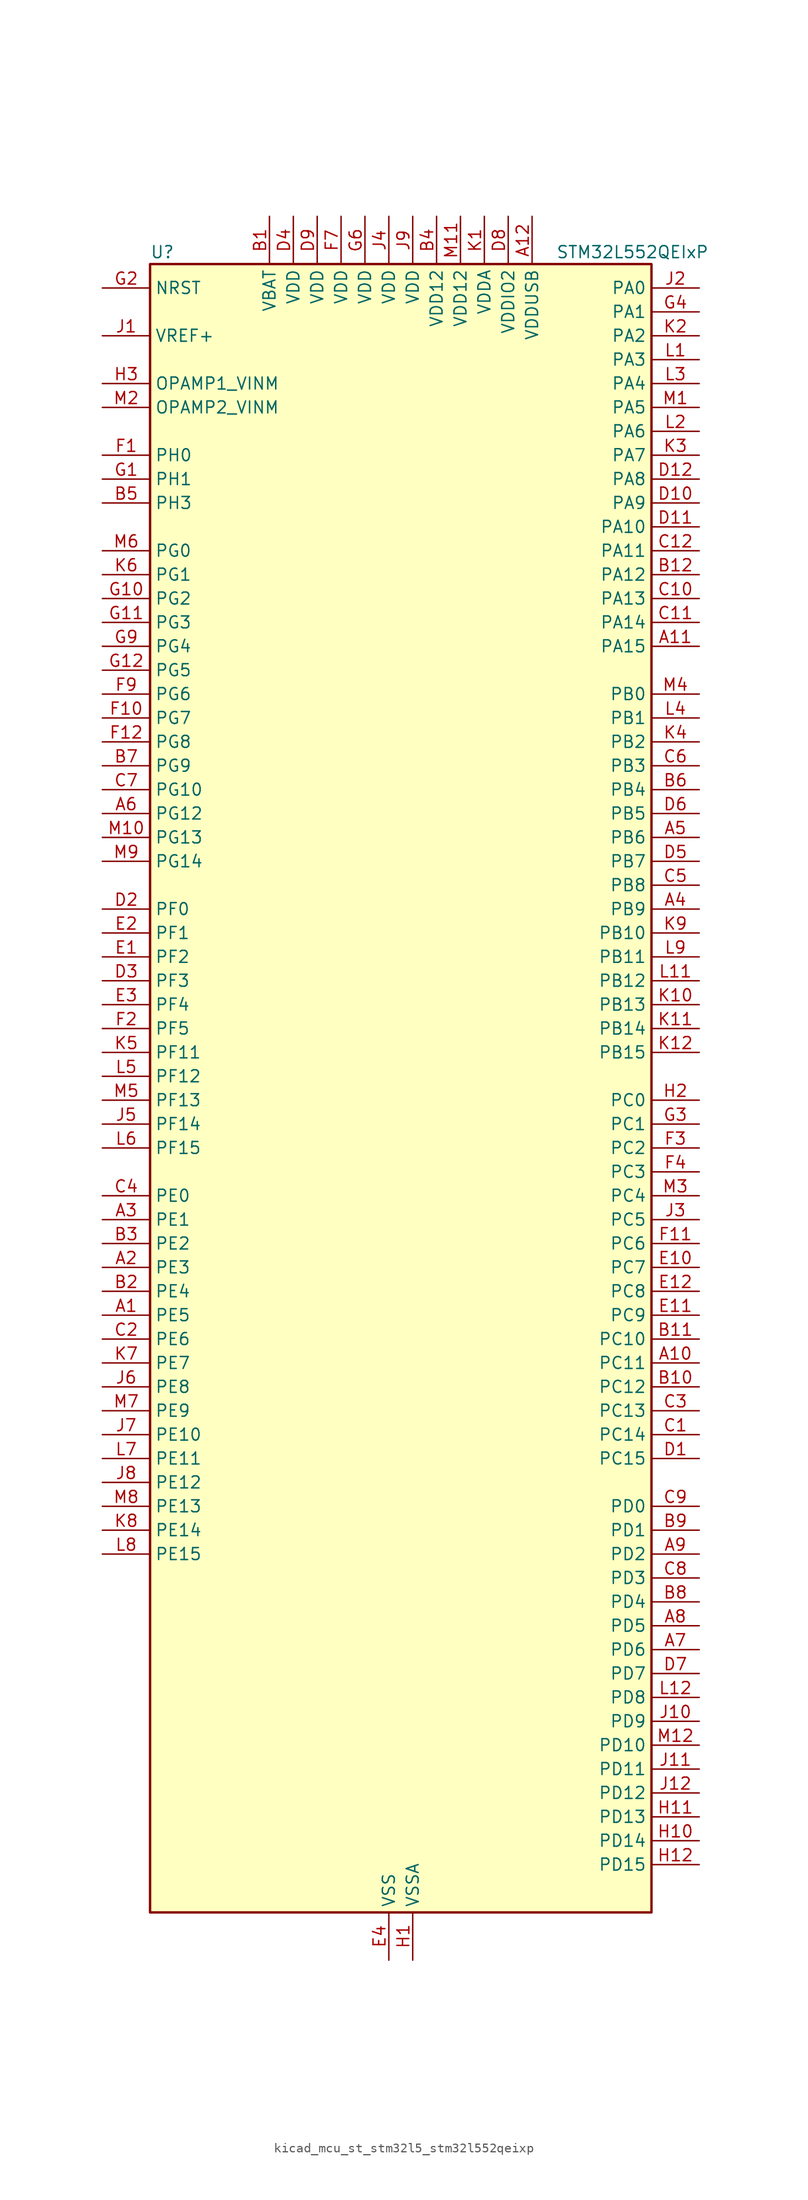
<source format=kicad_sym>
(kicad_symbol_lib
  (version 20220914)
  (generator kicad_symbol_editor)
  (symbol "kicad_mcu_st_stm32l5_stm32l552qeixp"
    (property "Reference" "U"
      (at -25.4 90.17 0)
      (effects (font (size 1.27 1.27)) (justify left)))
    (property "Value" "STM32L552QEIxP"
      (at 17.78 90.17 0)
      (effects (font (size 1.27 1.27)) (justify left)))
    (property "ki_locked" ""
      (at 0 0 0)
      (effects (font (size 1.27 1.27))))
    (symbol "kicad_mcu_st_stm32l5_stm32l552qeixp_0_1"
      (rectangle (start -25.4 -86.36) (end 27.94 88.9) (stroke (width 0.254) (type default)) (fill (type background))))
    (symbol "kicad_mcu_st_stm32l5_stm32l552qeixp_1_1"
      (pin bidirectional line (at -30.48 -22.86 0) (length 5.08) (name "PE5" (effects (font (size 1.27 1.27)))) (number "A1" (effects (font (size 1.27 1.27)))) (alternate "DEBUG_TRACED2" bidirectional line) (alternate "DFSDM1_CKIN3" bidirectional line) (alternate "FMC_A21" bidirectional line) (alternate "SAI1_CK2" bidirectional line) (alternate "SAI1_SCK_A" bidirectional line) (alternate "TIM3_CH3" bidirectional line) (alternate "TSC_G7_IO4" bidirectional line))
      (pin bidirectional line (at 33.02 -27.94 180) (length 5.08) (name "PC11" (effects (font (size 1.27 1.27)))) (number "A10" (effects (font (size 1.27 1.27)))) (alternate "ADC1_EXTI11" bidirectional line) (alternate "ADC2_EXTI11" bidirectional line) (alternate "LPTIM3_IN1" bidirectional line) (alternate "OCTOSPI1_NCS" bidirectional line) (alternate "SAI2_MCLK_B" bidirectional line) (alternate "SDMMC1_D3" bidirectional line) (alternate "SPI3_MISO" bidirectional line) (alternate "TSC_G3_IO3" bidirectional line) (alternate "UART4_RX" bidirectional line) (alternate "UCPD1_FRSTX2" bidirectional line) (alternate "USART3_RX" bidirectional line))
      (pin bidirectional line (at 33.02 48.26 180) (length 5.08) (name "PA15" (effects (font (size 1.27 1.27)))) (number "A11" (effects (font (size 1.27 1.27)))) (alternate "ADC1_EXTI15" bidirectional line) (alternate "ADC2_EXTI15" bidirectional line) (alternate "DEBUG_JTDI" bidirectional line) (alternate "SAI2_FS_B" bidirectional line) (alternate "SPI1_NSS" bidirectional line) (alternate "SPI3_NSS" bidirectional line) (alternate "TIM2_CH1" bidirectional line) (alternate "TIM2_ETR" bidirectional line) (alternate "UART4_DE" bidirectional line) (alternate "UART4_RTS" bidirectional line) (alternate "UCPD1_CC1" bidirectional line) (alternate "USART2_RX" bidirectional line) (alternate "USART3_DE" bidirectional line) (alternate "USART3_RTS" bidirectional line))
      (pin power_in line (at 15.24 93.98 270) (length 5.08) (name "VDDUSB" (effects (font (size 1.27 1.27)))) (number "A12" (effects (font (size 1.27 1.27)))))
      (pin bidirectional line (at -30.48 -17.78 0) (length 5.08) (name "PE3" (effects (font (size 1.27 1.27)))) (number "A2" (effects (font (size 1.27 1.27)))) (alternate "DEBUG_TRACED0" bidirectional line) (alternate "FMC_A19" bidirectional line) (alternate "OCTOSPI1_DQS" bidirectional line) (alternate "SAI1_SD_B" bidirectional line) (alternate "TIM3_CH1" bidirectional line) (alternate "TSC_G7_IO2" bidirectional line))
      (pin bidirectional line (at -30.48 -12.7 0) (length 5.08) (name "PE1" (effects (font (size 1.27 1.27)))) (number "A3" (effects (font (size 1.27 1.27)))) (alternate "FMC_NBL1" bidirectional line) (alternate "TIM17_CH1" bidirectional line))
      (pin bidirectional line (at 33.02 20.32 180) (length 5.08) (name "PB9" (effects (font (size 1.27 1.27)))) (number "A4" (effects (font (size 1.27 1.27)))) (alternate "DAC1_EXTI9" bidirectional line) (alternate "FDCAN1_TX" bidirectional line) (alternate "I2C1_SDA" bidirectional line) (alternate "IR_OUT" bidirectional line) (alternate "SAI1_D2" bidirectional line) (alternate "SAI1_FS_A" bidirectional line) (alternate "SDMMC1_CDIR" bidirectional line) (alternate "SDMMC1_D5" bidirectional line) (alternate "SPI2_NSS" bidirectional line) (alternate "TIM17_CH1" bidirectional line) (alternate "TIM4_CH4" bidirectional line))
      (pin bidirectional line (at 33.02 27.94 180) (length 5.08) (name "PB6" (effects (font (size 1.27 1.27)))) (number "A5" (effects (font (size 1.27 1.27)))) (alternate "COMP2_INP" bidirectional line) (alternate "I2C1_SCL" bidirectional line) (alternate "I2C4_SCL" bidirectional line) (alternate "LPTIM1_ETR" bidirectional line) (alternate "SAI1_FS_B" bidirectional line) (alternate "TIM16_CH1N" bidirectional line) (alternate "TIM4_CH1" bidirectional line) (alternate "TIM8_BKIN2" bidirectional line) (alternate "TSC_G2_IO3" bidirectional line) (alternate "USART1_TX" bidirectional line))
      (pin bidirectional line (at -30.48 30.48 0) (length 5.08) (name "PG12" (effects (font (size 1.27 1.27)))) (number "A6" (effects (font (size 1.27 1.27)))) (alternate "FMC_NE4" bidirectional line) (alternate "LPTIM1_ETR" bidirectional line) (alternate "SAI2_SD_A" bidirectional line) (alternate "SPI3_NSS" bidirectional line) (alternate "USART1_DE" bidirectional line) (alternate "USART1_RTS" bidirectional line))
      (pin bidirectional line (at 33.02 -58.42 180) (length 5.08) (name "PD6" (effects (font (size 1.27 1.27)))) (number "A7" (effects (font (size 1.27 1.27)))) (alternate "DFSDM1_DATIN1" bidirectional line) (alternate "FMC_NWAIT" bidirectional line) (alternate "OCTOSPI1_IO6" bidirectional line) (alternate "SAI1_D1" bidirectional line) (alternate "SAI1_SD_A" bidirectional line) (alternate "SPI3_MOSI" bidirectional line) (alternate "USART2_RX" bidirectional line))
      (pin bidirectional line (at 33.02 -55.88 180) (length 5.08) (name "PD5" (effects (font (size 1.27 1.27)))) (number "A8" (effects (font (size 1.27 1.27)))) (alternate "FMC_NWE" bidirectional line) (alternate "OCTOSPI1_IO5" bidirectional line) (alternate "USART2_TX" bidirectional line))
      (pin bidirectional line (at 33.02 -48.26 180) (length 5.08) (name "PD2" (effects (font (size 1.27 1.27)))) (number "A9" (effects (font (size 1.27 1.27)))) (alternate "DEBUG_TRACED2" bidirectional line) (alternate "SDMMC1_CMD" bidirectional line) (alternate "TIM3_ETR" bidirectional line) (alternate "TSC_SYNC" bidirectional line) (alternate "UART5_RX" bidirectional line) (alternate "USART3_DE" bidirectional line) (alternate "USART3_RTS" bidirectional line))
      (pin power_in line (at -12.7 93.98 270) (length 5.08) (name "VBAT" (effects (font (size 1.27 1.27)))) (number "B1" (effects (font (size 1.27 1.27)))))
      (pin bidirectional line (at 33.02 -30.48 180) (length 5.08) (name "PC12" (effects (font (size 1.27 1.27)))) (number "B10" (effects (font (size 1.27 1.27)))) (alternate "DEBUG_TRACED3" bidirectional line) (alternate "SAI2_SD_B" bidirectional line) (alternate "SDMMC1_CK" bidirectional line) (alternate "SPI3_MOSI" bidirectional line) (alternate "TSC_G3_IO4" bidirectional line) (alternate "UART5_TX" bidirectional line) (alternate "USART3_CK" bidirectional line))
      (pin bidirectional line (at 33.02 -25.4 180) (length 5.08) (name "PC10" (effects (font (size 1.27 1.27)))) (number "B11" (effects (font (size 1.27 1.27)))) (alternate "DEBUG_TRACED1" bidirectional line) (alternate "LPTIM3_ETR" bidirectional line) (alternate "SAI2_SCK_B" bidirectional line) (alternate "SDMMC1_D2" bidirectional line) (alternate "SPI3_SCK" bidirectional line) (alternate "TSC_G3_IO2" bidirectional line) (alternate "UART4_TX" bidirectional line) (alternate "USART3_TX" bidirectional line))
      (pin bidirectional line (at 33.02 55.88 180) (length 5.08) (name "PA12" (effects (font (size 1.27 1.27)))) (number "B12" (effects (font (size 1.27 1.27)))) (alternate "FDCAN1_TX" bidirectional line) (alternate "SPI1_MOSI" bidirectional line) (alternate "TIM1_ETR" bidirectional line) (alternate "USART1_DE" bidirectional line) (alternate "USART1_RTS" bidirectional line) (alternate "USB_DP" bidirectional line))
      (pin bidirectional line (at -30.48 -20.32 0) (length 5.08) (name "PE4" (effects (font (size 1.27 1.27)))) (number "B2" (effects (font (size 1.27 1.27)))) (alternate "DEBUG_TRACED1" bidirectional line) (alternate "DFSDM1_DATIN3" bidirectional line) (alternate "FMC_A20" bidirectional line) (alternate "SAI1_D2" bidirectional line) (alternate "SAI1_FS_A" bidirectional line) (alternate "TIM3_CH2" bidirectional line) (alternate "TSC_G7_IO3" bidirectional line))
      (pin bidirectional line (at -30.48 -15.24 0) (length 5.08) (name "PE2" (effects (font (size 1.27 1.27)))) (number "B3" (effects (font (size 1.27 1.27)))) (alternate "DEBUG_TRACECLK" bidirectional line) (alternate "FMC_A23" bidirectional line) (alternate "SAI1_CK1" bidirectional line) (alternate "SAI1_MCLK_A" bidirectional line) (alternate "TIM3_ETR" bidirectional line) (alternate "TSC_G7_IO1" bidirectional line))
      (pin power_in line (at 5.08 93.98 270) (length 5.08) (name "VDD12" (effects (font (size 1.27 1.27)))) (number "B4" (effects (font (size 1.27 1.27)))))
      (pin bidirectional line (at -30.48 63.5 0) (length 5.08) (name "PH3" (effects (font (size 1.27 1.27)))) (number "B5" (effects (font (size 1.27 1.27)))))
      (pin bidirectional line (at 33.02 33.02 180) (length 5.08) (name "PB4" (effects (font (size 1.27 1.27)))) (number "B6" (effects (font (size 1.27 1.27)))) (alternate "COMP2_INP" bidirectional line) (alternate "DEBUG_JTRST" bidirectional line) (alternate "I2C3_SDA" bidirectional line) (alternate "SAI1_MCLK_B" bidirectional line) (alternate "SPI1_MISO" bidirectional line) (alternate "SPI3_MISO" bidirectional line) (alternate "TIM17_BKIN" bidirectional line) (alternate "TIM3_CH1" bidirectional line) (alternate "TSC_G2_IO1" bidirectional line) (alternate "UART5_DE" bidirectional line) (alternate "UART5_RTS" bidirectional line) (alternate "USART1_CTS" bidirectional line) (alternate "USART1_NSS" bidirectional line))
      (pin bidirectional line (at -30.48 35.56 0) (length 5.08) (name "PG9" (effects (font (size 1.27 1.27)))) (number "B7" (effects (font (size 1.27 1.27)))) (alternate "DAC1_EXTI9" bidirectional line) (alternate "FMC_NCE" bidirectional line) (alternate "FMC_NE2" bidirectional line) (alternate "SAI2_SCK_A" bidirectional line) (alternate "SPI3_SCK" bidirectional line) (alternate "TIM15_CH1N" bidirectional line) (alternate "USART1_TX" bidirectional line))
      (pin bidirectional line (at 33.02 -53.34 180) (length 5.08) (name "PD4" (effects (font (size 1.27 1.27)))) (number "B8" (effects (font (size 1.27 1.27)))) (alternate "DFSDM1_CKIN0" bidirectional line) (alternate "FMC_NOE" bidirectional line) (alternate "OCTOSPI1_IO4" bidirectional line) (alternate "SPI2_MOSI" bidirectional line) (alternate "USART2_DE" bidirectional line) (alternate "USART2_RTS" bidirectional line))
      (pin bidirectional line (at 33.02 -45.72 180) (length 5.08) (name "PD1" (effects (font (size 1.27 1.27)))) (number "B9" (effects (font (size 1.27 1.27)))) (alternate "FDCAN1_TX" bidirectional line) (alternate "FMC_D3" bidirectional line) (alternate "FMC_DA3" bidirectional line) (alternate "SPI2_SCK" bidirectional line))
      (pin bidirectional line (at 33.02 -35.56 180) (length 5.08) (name "PC14" (effects (font (size 1.27 1.27)))) (number "C1" (effects (font (size 1.27 1.27)))) (alternate "RCC_OSC32_IN" bidirectional line))
      (pin bidirectional line (at 33.02 53.34 180) (length 5.08) (name "PA13" (effects (font (size 1.27 1.27)))) (number "C10" (effects (font (size 1.27 1.27)))) (alternate "DEBUG_JTMS-SWDIO" bidirectional line) (alternate "IR_OUT" bidirectional line) (alternate "SAI1_SD_B" bidirectional line) (alternate "USB_NOE" bidirectional line))
      (pin bidirectional line (at 33.02 50.8 180) (length 5.08) (name "PA14" (effects (font (size 1.27 1.27)))) (number "C11" (effects (font (size 1.27 1.27)))) (alternate "DEBUG_JTCK-SWCLK" bidirectional line) (alternate "I2C1_SMBA" bidirectional line) (alternate "I2C4_SMBA" bidirectional line) (alternate "LPTIM1_OUT" bidirectional line) (alternate "SAI1_FS_B" bidirectional line))
      (pin bidirectional line (at 33.02 58.42 180) (length 5.08) (name "PA11" (effects (font (size 1.27 1.27)))) (number "C12" (effects (font (size 1.27 1.27)))) (alternate "ADC1_EXTI11" bidirectional line) (alternate "ADC2_EXTI11" bidirectional line) (alternate "FDCAN1_RX" bidirectional line) (alternate "SPI1_MISO" bidirectional line) (alternate "TIM1_BKIN2" bidirectional line) (alternate "TIM1_CH4" bidirectional line) (alternate "USART1_CTS" bidirectional line) (alternate "USART1_NSS" bidirectional line) (alternate "USB_DM" bidirectional line))
      (pin bidirectional line (at -30.48 -25.4 0) (length 5.08) (name "PE6" (effects (font (size 1.27 1.27)))) (number "C2" (effects (font (size 1.27 1.27)))) (alternate "DEBUG_TRACED3" bidirectional line) (alternate "FMC_A22" bidirectional line) (alternate "PWR_WKUP3" bidirectional line) (alternate "SAI1_D1" bidirectional line) (alternate "SAI1_SD_A" bidirectional line) (alternate "TAMP_IN3" bidirectional line) (alternate "TAMP_OUT6" bidirectional line) (alternate "TIM3_CH4" bidirectional line))
      (pin bidirectional line (at 33.02 -33.02 180) (length 5.08) (name "PC13" (effects (font (size 1.27 1.27)))) (number "C3" (effects (font (size 1.27 1.27)))) (alternate "PWR_WKUP2" bidirectional line) (alternate "RTC_OUT1" bidirectional line) (alternate "RTC_TS" bidirectional line) (alternate "TAMP_IN1" bidirectional line) (alternate "TAMP_OUT2" bidirectional line))
      (pin bidirectional line (at -30.48 -10.16 0) (length 5.08) (name "PE0" (effects (font (size 1.27 1.27)))) (number "C4" (effects (font (size 1.27 1.27)))) (alternate "FMC_NBL0" bidirectional line) (alternate "TIM16_CH1" bidirectional line) (alternate "TIM4_ETR" bidirectional line))
      (pin bidirectional line (at 33.02 22.86 180) (length 5.08) (name "PB8" (effects (font (size 1.27 1.27)))) (number "C5" (effects (font (size 1.27 1.27)))) (alternate "DFSDM1_CKOUT" bidirectional line) (alternate "FDCAN1_RX" bidirectional line) (alternate "I2C1_SCL" bidirectional line) (alternate "SAI1_CK1" bidirectional line) (alternate "SAI1_MCLK_A" bidirectional line) (alternate "SDMMC1_CKIN" bidirectional line) (alternate "SDMMC1_D4" bidirectional line) (alternate "TIM16_CH1" bidirectional line) (alternate "TIM4_CH3" bidirectional line))
      (pin bidirectional line (at 33.02 35.56 180) (length 5.08) (name "PB3" (effects (font (size 1.27 1.27)))) (number "C6" (effects (font (size 1.27 1.27)))) (alternate "COMP2_INM" bidirectional line) (alternate "CRS_SYNC" bidirectional line) (alternate "DEBUG_JTDO-SWO" bidirectional line) (alternate "SAI1_SCK_B" bidirectional line) (alternate "SPI1_SCK" bidirectional line) (alternate "SPI3_SCK" bidirectional line) (alternate "TIM2_CH2" bidirectional line) (alternate "USART1_DE" bidirectional line) (alternate "USART1_RTS" bidirectional line))
      (pin bidirectional line (at -30.48 33.02 0) (length 5.08) (name "PG10" (effects (font (size 1.27 1.27)))) (number "C7" (effects (font (size 1.27 1.27)))) (alternate "FMC_NE3" bidirectional line) (alternate "LPTIM1_IN1" bidirectional line) (alternate "SAI2_FS_A" bidirectional line) (alternate "SPI3_MISO" bidirectional line) (alternate "TIM15_CH1" bidirectional line) (alternate "USART1_RX" bidirectional line))
      (pin bidirectional line (at 33.02 -50.8 180) (length 5.08) (name "PD3" (effects (font (size 1.27 1.27)))) (number "C8" (effects (font (size 1.27 1.27)))) (alternate "DFSDM1_DATIN0" bidirectional line) (alternate "FMC_CLK" bidirectional line) (alternate "SPI2_MISO" bidirectional line) (alternate "SPI2_SCK" bidirectional line) (alternate "USART2_CTS" bidirectional line) (alternate "USART2_NSS" bidirectional line))
      (pin bidirectional line (at 33.02 -43.18 180) (length 5.08) (name "PD0" (effects (font (size 1.27 1.27)))) (number "C9" (effects (font (size 1.27 1.27)))) (alternate "FDCAN1_RX" bidirectional line) (alternate "FMC_D2" bidirectional line) (alternate "FMC_DA2" bidirectional line) (alternate "SPI2_NSS" bidirectional line))
      (pin bidirectional line (at 33.02 -38.1 180) (length 5.08) (name "PC15" (effects (font (size 1.27 1.27)))) (number "D1" (effects (font (size 1.27 1.27)))) (alternate "ADC1_EXTI15" bidirectional line) (alternate "ADC2_EXTI15" bidirectional line) (alternate "RCC_OSC32_OUT" bidirectional line))
      (pin bidirectional line (at 33.02 63.5 180) (length 5.08) (name "PA9" (effects (font (size 1.27 1.27)))) (number "D10" (effects (font (size 1.27 1.27)))) (alternate "DAC1_EXTI9" bidirectional line) (alternate "SAI1_FS_A" bidirectional line) (alternate "SPI2_SCK" bidirectional line) (alternate "TIM15_BKIN" bidirectional line) (alternate "TIM1_CH2" bidirectional line) (alternate "USART1_TX" bidirectional line))
      (pin bidirectional line (at 33.02 60.96 180) (length 5.08) (name "PA10" (effects (font (size 1.27 1.27)))) (number "D11" (effects (font (size 1.27 1.27)))) (alternate "CRS_SYNC" bidirectional line) (alternate "SAI1_D1" bidirectional line) (alternate "SAI1_SD_A" bidirectional line) (alternate "TIM17_BKIN" bidirectional line) (alternate "TIM1_CH3" bidirectional line) (alternate "USART1_RX" bidirectional line))
      (pin bidirectional line (at 33.02 66.04 180) (length 5.08) (name "PA8" (effects (font (size 1.27 1.27)))) (number "D12" (effects (font (size 1.27 1.27)))) (alternate "LPTIM2_OUT" bidirectional line) (alternate "RCC_MCO" bidirectional line) (alternate "SAI1_CK2" bidirectional line) (alternate "SAI1_SCK_A" bidirectional line) (alternate "TIM1_CH1" bidirectional line) (alternate "USART1_CK" bidirectional line))
      (pin bidirectional line (at -30.48 20.32 0) (length 5.08) (name "PF0" (effects (font (size 1.27 1.27)))) (number "D2" (effects (font (size 1.27 1.27)))) (alternate "FMC_A0" bidirectional line) (alternate "I2C2_SDA" bidirectional line))
      (pin bidirectional line (at -30.48 12.7 0) (length 5.08) (name "PF3" (effects (font (size 1.27 1.27)))) (number "D3" (effects (font (size 1.27 1.27)))) (alternate "FMC_A3" bidirectional line) (alternate "LPTIM3_IN1" bidirectional line))
      (pin power_in line (at -10.16 93.98 270) (length 5.08) (name "VDD" (effects (font (size 1.27 1.27)))) (number "D4" (effects (font (size 1.27 1.27)))))
      (pin bidirectional line (at 33.02 25.4 180) (length 5.08) (name "PB7" (effects (font (size 1.27 1.27)))) (number "D5" (effects (font (size 1.27 1.27)))) (alternate "COMP2_INM" bidirectional line) (alternate "FMC_NL" bidirectional line) (alternate "I2C1_SDA" bidirectional line) (alternate "I2C4_SDA" bidirectional line) (alternate "LPTIM1_IN2" bidirectional line) (alternate "PWR_PVD_IN" bidirectional line) (alternate "TIM17_CH1N" bidirectional line) (alternate "TIM4_CH2" bidirectional line) (alternate "TIM8_BKIN" bidirectional line) (alternate "TSC_G2_IO4" bidirectional line) (alternate "UART4_CTS" bidirectional line) (alternate "USART1_RX" bidirectional line))
      (pin bidirectional line (at 33.02 30.48 180) (length 5.08) (name "PB5" (effects (font (size 1.27 1.27)))) (number "D6" (effects (font (size 1.27 1.27)))) (alternate "COMP2_OUT" bidirectional line) (alternate "I2C1_SMBA" bidirectional line) (alternate "LPTIM1_IN1" bidirectional line) (alternate "OCTOSPI1_NCLK" bidirectional line) (alternate "SAI1_SD_B" bidirectional line) (alternate "SPI1_MOSI" bidirectional line) (alternate "SPI3_MOSI" bidirectional line) (alternate "TIM16_BKIN" bidirectional line) (alternate "TIM3_CH2" bidirectional line) (alternate "TSC_G2_IO2" bidirectional line) (alternate "UART5_CTS" bidirectional line) (alternate "UCPD1_DBCC1" bidirectional line) (alternate "USART1_CK" bidirectional line))
      (pin bidirectional line (at 33.02 -60.96 180) (length 5.08) (name "PD7" (effects (font (size 1.27 1.27)))) (number "D7" (effects (font (size 1.27 1.27)))) (alternate "DFSDM1_CKIN1" bidirectional line) (alternate "FMC_NCE" bidirectional line) (alternate "FMC_NE1" bidirectional line) (alternate "OCTOSPI1_IO7" bidirectional line) (alternate "USART2_CK" bidirectional line))
      (pin power_in line (at 12.7 93.98 270) (length 5.08) (name "VDDIO2" (effects (font (size 1.27 1.27)))) (number "D8" (effects (font (size 1.27 1.27)))))
      (pin power_in line (at -7.62 93.98 270) (length 5.08) (name "VDD" (effects (font (size 1.27 1.27)))) (number "D9" (effects (font (size 1.27 1.27)))))
      (pin bidirectional line (at -30.48 15.24 0) (length 5.08) (name "PF2" (effects (font (size 1.27 1.27)))) (number "E1" (effects (font (size 1.27 1.27)))) (alternate "FMC_A2" bidirectional line) (alternate "I2C2_SMBA" bidirectional line))
      (pin bidirectional line (at 33.02 -17.78 180) (length 5.08) (name "PC7" (effects (font (size 1.27 1.27)))) (number "E10" (effects (font (size 1.27 1.27)))) (alternate "DFSDM1_DATIN3" bidirectional line) (alternate "SAI2_MCLK_B" bidirectional line) (alternate "SDMMC1_D123DIR" bidirectional line) (alternate "SDMMC1_D7" bidirectional line) (alternate "TIM3_CH2" bidirectional line) (alternate "TIM8_CH2" bidirectional line) (alternate "TSC_G4_IO2" bidirectional line))
      (pin bidirectional line (at 33.02 -22.86 180) (length 5.08) (name "PC9" (effects (font (size 1.27 1.27)))) (number "E11" (effects (font (size 1.27 1.27)))) (alternate "DAC1_EXTI9" bidirectional line) (alternate "DEBUG_TRACED0" bidirectional line) (alternate "SAI2_EXTCLK" bidirectional line) (alternate "SDMMC1_D1" bidirectional line) (alternate "TIM3_CH4" bidirectional line) (alternate "TIM8_BKIN2" bidirectional line) (alternate "TIM8_CH4" bidirectional line) (alternate "TSC_G4_IO4" bidirectional line) (alternate "USB_NOE" bidirectional line))
      (pin bidirectional line (at 33.02 -20.32 180) (length 5.08) (name "PC8" (effects (font (size 1.27 1.27)))) (number "E12" (effects (font (size 1.27 1.27)))) (alternate "SDMMC1_D0" bidirectional line) (alternate "TIM3_CH3" bidirectional line) (alternate "TIM8_CH3" bidirectional line) (alternate "TSC_G4_IO3" bidirectional line))
      (pin bidirectional line (at -30.48 17.78 0) (length 5.08) (name "PF1" (effects (font (size 1.27 1.27)))) (number "E2" (effects (font (size 1.27 1.27)))) (alternate "FMC_A1" bidirectional line) (alternate "I2C2_SCL" bidirectional line))
      (pin bidirectional line (at -30.48 10.16 0) (length 5.08) (name "PF4" (effects (font (size 1.27 1.27)))) (number "E3" (effects (font (size 1.27 1.27)))) (alternate "FMC_A4" bidirectional line) (alternate "LPTIM3_ETR" bidirectional line))
      (pin power_in line (at 0 -91.44 90) (length 5.08) (name "VSS" (effects (font (size 1.27 1.27)))) (number "E4" (effects (font (size 1.27 1.27)))))
      (pin passive line (at 0 -91.44 90) (length 5.08) hide (name "VSS" (effects (font (size 1.27 1.27)))) (number "E9" (effects (font (size 1.27 1.27)))))
      (pin bidirectional line (at -30.48 68.58 0) (length 5.08) (name "PH0" (effects (font (size 1.27 1.27)))) (number "F1" (effects (font (size 1.27 1.27)))) (alternate "RCC_OSC_IN" bidirectional line))
      (pin bidirectional line (at -30.48 40.64 0) (length 5.08) (name "PG7" (effects (font (size 1.27 1.27)))) (number "F10" (effects (font (size 1.27 1.27)))) (alternate "DFSDM1_CKOUT" bidirectional line) (alternate "FMC_INT" bidirectional line) (alternate "I2C3_SCL" bidirectional line) (alternate "LPUART1_TX" bidirectional line) (alternate "SAI1_CK1" bidirectional line) (alternate "SAI1_MCLK_A" bidirectional line) (alternate "UCPD1_FRSTX2" bidirectional line))
      (pin bidirectional line (at 33.02 -15.24 180) (length 5.08) (name "PC6" (effects (font (size 1.27 1.27)))) (number "F11" (effects (font (size 1.27 1.27)))) (alternate "DFSDM1_CKIN3" bidirectional line) (alternate "SAI2_MCLK_A" bidirectional line) (alternate "SDMMC1_D0DIR" bidirectional line) (alternate "SDMMC1_D6" bidirectional line) (alternate "TIM3_CH1" bidirectional line) (alternate "TIM8_CH1" bidirectional line) (alternate "TSC_G4_IO1" bidirectional line))
      (pin bidirectional line (at -30.48 38.1 0) (length 5.08) (name "PG8" (effects (font (size 1.27 1.27)))) (number "F12" (effects (font (size 1.27 1.27)))) (alternate "I2C3_SDA" bidirectional line) (alternate "LPUART1_RX" bidirectional line))
      (pin bidirectional line (at -30.48 7.62 0) (length 5.08) (name "PF5" (effects (font (size 1.27 1.27)))) (number "F2" (effects (font (size 1.27 1.27)))) (alternate "FMC_A5" bidirectional line) (alternate "LPTIM3_OUT" bidirectional line))
      (pin bidirectional line (at 33.02 -5.08 180) (length 5.08) (name "PC2" (effects (font (size 1.27 1.27)))) (number "F3" (effects (font (size 1.27 1.27)))) (alternate "ADC1_IN3" bidirectional line) (alternate "ADC2_IN3" bidirectional line) (alternate "DFSDM1_CKOUT" bidirectional line) (alternate "LPTIM1_IN2" bidirectional line) (alternate "OCTOSPI1_IO5" bidirectional line) (alternate "SPI2_MISO" bidirectional line))
      (pin bidirectional line (at 33.02 -7.62 180) (length 5.08) (name "PC3" (effects (font (size 1.27 1.27)))) (number "F4" (effects (font (size 1.27 1.27)))) (alternate "ADC1_IN4" bidirectional line) (alternate "ADC2_IN4" bidirectional line) (alternate "LPTIM1_ETR" bidirectional line) (alternate "LPTIM2_ETR" bidirectional line) (alternate "LPTIM3_OUT" bidirectional line) (alternate "OCTOSPI1_IO6" bidirectional line) (alternate "SAI1_D1" bidirectional line) (alternate "SAI1_SD_A" bidirectional line) (alternate "SPI2_MOSI" bidirectional line))
      (pin passive line (at 0 -91.44 90) (length 5.08) hide (name "VSS" (effects (font (size 1.27 1.27)))) (number "F6" (effects (font (size 1.27 1.27)))))
      (pin power_in line (at -5.08 93.98 270) (length 5.08) (name "VDD" (effects (font (size 1.27 1.27)))) (number "F7" (effects (font (size 1.27 1.27)))))
      (pin bidirectional line (at -30.48 43.18 0) (length 5.08) (name "PG6" (effects (font (size 1.27 1.27)))) (number "F9" (effects (font (size 1.27 1.27)))) (alternate "I2C3_SMBA" bidirectional line) (alternate "LPUART1_DE" bidirectional line) (alternate "LPUART1_RTS" bidirectional line) (alternate "OCTOSPI1_DQS" bidirectional line) (alternate "UCPD1_FRSTX1" bidirectional line))
      (pin bidirectional line (at -30.48 66.04 0) (length 5.08) (name "PH1" (effects (font (size 1.27 1.27)))) (number "G1" (effects (font (size 1.27 1.27)))) (alternate "RCC_OSC_OUT" bidirectional line))
      (pin bidirectional line (at -30.48 53.34 0) (length 5.08) (name "PG2" (effects (font (size 1.27 1.27)))) (number "G10" (effects (font (size 1.27 1.27)))) (alternate "FMC_A12" bidirectional line) (alternate "SAI2_SCK_B" bidirectional line) (alternate "SPI1_SCK" bidirectional line))
      (pin bidirectional line (at -30.48 50.8 0) (length 5.08) (name "PG3" (effects (font (size 1.27 1.27)))) (number "G11" (effects (font (size 1.27 1.27)))) (alternate "FMC_A13" bidirectional line) (alternate "SAI2_FS_B" bidirectional line) (alternate "SPI1_MISO" bidirectional line))
      (pin bidirectional line (at -30.48 45.72 0) (length 5.08) (name "PG5" (effects (font (size 1.27 1.27)))) (number "G12" (effects (font (size 1.27 1.27)))) (alternate "FMC_A15" bidirectional line) (alternate "LPUART1_CTS" bidirectional line) (alternate "SAI2_SD_B" bidirectional line) (alternate "SPI1_NSS" bidirectional line))
      (pin input line (at -30.48 86.36 0) (length 5.08) (name "NRST" (effects (font (size 1.27 1.27)))) (number "G2" (effects (font (size 1.27 1.27)))))
      (pin bidirectional line (at 33.02 -2.54 180) (length 5.08) (name "PC1" (effects (font (size 1.27 1.27)))) (number "G3" (effects (font (size 1.27 1.27)))) (alternate "ADC1_IN2" bidirectional line) (alternate "ADC2_IN2" bidirectional line) (alternate "DEBUG_TRACED0" bidirectional line) (alternate "I2C3_SDA" bidirectional line) (alternate "LPTIM1_OUT" bidirectional line) (alternate "LPUART1_TX" bidirectional line) (alternate "OCTOSPI1_IO4" bidirectional line) (alternate "SAI1_SD_A" bidirectional line) (alternate "SPI2_MOSI" bidirectional line))
      (pin bidirectional line (at 33.02 83.82 180) (length 5.08) (name "PA1" (effects (font (size 1.27 1.27)))) (number "G4" (effects (font (size 1.27 1.27)))) (alternate "ADC1_IN6" bidirectional line) (alternate "ADC2_IN6" bidirectional line) (alternate "I2C1_SMBA" bidirectional line) (alternate "OCTOSPI1_DQS" bidirectional line) (alternate "OPAMP1_VINM" bidirectional line) (alternate "SPI1_SCK" bidirectional line) (alternate "TAMP_IN5" bidirectional line) (alternate "TAMP_OUT4" bidirectional line) (alternate "TIM15_CH1N" bidirectional line) (alternate "TIM2_CH2" bidirectional line) (alternate "TIM5_CH2" bidirectional line) (alternate "UART4_RX" bidirectional line) (alternate "USART2_DE" bidirectional line) (alternate "USART2_RTS" bidirectional line))
      (pin power_in line (at -2.54 93.98 270) (length 5.08) (name "VDD" (effects (font (size 1.27 1.27)))) (number "G6" (effects (font (size 1.27 1.27)))))
      (pin passive line (at 0 -91.44 90) (length 5.08) hide (name "VSS" (effects (font (size 1.27 1.27)))) (number "G7" (effects (font (size 1.27 1.27)))))
      (pin bidirectional line (at -30.48 48.26 0) (length 5.08) (name "PG4" (effects (font (size 1.27 1.27)))) (number "G9" (effects (font (size 1.27 1.27)))) (alternate "FMC_A14" bidirectional line) (alternate "SAI2_MCLK_B" bidirectional line) (alternate "SPI1_MOSI" bidirectional line))
      (pin power_in line (at 2.54 -91.44 90) (length 5.08) (name "VSSA" (effects (font (size 1.27 1.27)))) (number "H1" (effects (font (size 1.27 1.27)))))
      (pin bidirectional line (at 33.02 -78.74 180) (length 5.08) (name "PD14" (effects (font (size 1.27 1.27)))) (number "H10" (effects (font (size 1.27 1.27)))) (alternate "FMC_D0" bidirectional line) (alternate "FMC_DA0" bidirectional line) (alternate "TIM4_CH3" bidirectional line))
      (pin bidirectional line (at 33.02 -76.2 180) (length 5.08) (name "PD13" (effects (font (size 1.27 1.27)))) (number "H11" (effects (font (size 1.27 1.27)))) (alternate "FMC_A18" bidirectional line) (alternate "I2C4_SDA" bidirectional line) (alternate "LPTIM2_OUT" bidirectional line) (alternate "TIM4_CH2" bidirectional line) (alternate "TSC_G6_IO4" bidirectional line))
      (pin bidirectional line (at 33.02 -81.28 180) (length 5.08) (name "PD15" (effects (font (size 1.27 1.27)))) (number "H12" (effects (font (size 1.27 1.27)))) (alternate "ADC1_EXTI15" bidirectional line) (alternate "ADC2_EXTI15" bidirectional line) (alternate "FMC_D1" bidirectional line) (alternate "FMC_DA1" bidirectional line) (alternate "TIM4_CH4" bidirectional line))
      (pin bidirectional line (at 33.02 0 180) (length 5.08) (name "PC0" (effects (font (size 1.27 1.27)))) (number "H2" (effects (font (size 1.27 1.27)))) (alternate "ADC1_IN1" bidirectional line) (alternate "ADC2_IN1" bidirectional line) (alternate "I2C3_SCL" bidirectional line) (alternate "LPTIM1_IN1" bidirectional line) (alternate "LPTIM2_IN1" bidirectional line) (alternate "LPUART1_RX" bidirectional line) (alternate "OCTOSPI1_IO7" bidirectional line) (alternate "SAI2_FS_A" bidirectional line) (alternate "SDMMC1_D5" bidirectional line))
      (pin bidirectional line (at -30.48 76.2 0) (length 5.08) (name "OPAMP1_VINM" (effects (font (size 1.27 1.27)))) (number "H3" (effects (font (size 1.27 1.27)))) (alternate "OPAMP1_VINM" bidirectional line))
      (pin passive line (at 0 -91.44 90) (length 5.08) hide (name "VSS" (effects (font (size 1.27 1.27)))) (number "H4" (effects (font (size 1.27 1.27)))))
      (pin passive line (at 0 -91.44 90) (length 5.08) hide (name "VSS" (effects (font (size 1.27 1.27)))) (number "H9" (effects (font (size 1.27 1.27)))))
      (pin input line (at -30.48 81.28 0) (length 5.08) (name "VREF+" (effects (font (size 1.27 1.27)))) (number "J1" (effects (font (size 1.27 1.27)))))
      (pin bidirectional line (at 33.02 -66.04 180) (length 5.08) (name "PD9" (effects (font (size 1.27 1.27)))) (number "J10" (effects (font (size 1.27 1.27)))) (alternate "DAC1_EXTI9" bidirectional line) (alternate "FMC_D14" bidirectional line) (alternate "FMC_DA14" bidirectional line) (alternate "SAI2_MCLK_A" bidirectional line) (alternate "USART3_RX" bidirectional line))
      (pin bidirectional line (at 33.02 -71.12 180) (length 5.08) (name "PD11" (effects (font (size 1.27 1.27)))) (number "J11" (effects (font (size 1.27 1.27)))) (alternate "ADC1_EXTI11" bidirectional line) (alternate "ADC2_EXTI11" bidirectional line) (alternate "FMC_A16" bidirectional line) (alternate "FMC_CLE" bidirectional line) (alternate "I2C4_SMBA" bidirectional line) (alternate "LPTIM2_ETR" bidirectional line) (alternate "SAI2_SD_A" bidirectional line) (alternate "TSC_G6_IO2" bidirectional line) (alternate "USART3_CTS" bidirectional line) (alternate "USART3_NSS" bidirectional line))
      (pin bidirectional line (at 33.02 -73.66 180) (length 5.08) (name "PD12" (effects (font (size 1.27 1.27)))) (number "J12" (effects (font (size 1.27 1.27)))) (alternate "FMC_A17" bidirectional line) (alternate "FMC_ALE" bidirectional line) (alternate "I2C4_SCL" bidirectional line) (alternate "LPTIM2_IN1" bidirectional line) (alternate "SAI2_FS_A" bidirectional line) (alternate "TIM4_CH1" bidirectional line) (alternate "TSC_G6_IO3" bidirectional line) (alternate "USART3_DE" bidirectional line) (alternate "USART3_RTS" bidirectional line))
      (pin bidirectional line (at 33.02 86.36 180) (length 5.08) (name "PA0" (effects (font (size 1.27 1.27)))) (number "J2" (effects (font (size 1.27 1.27)))) (alternate "ADC1_IN5" bidirectional line) (alternate "ADC2_IN5" bidirectional line) (alternate "OPAMP1_VINP" bidirectional line) (alternate "PWR_WKUP1" bidirectional line) (alternate "SAI1_EXTCLK" bidirectional line) (alternate "TAMP_IN2" bidirectional line) (alternate "TAMP_OUT1" bidirectional line) (alternate "TIM2_CH1" bidirectional line) (alternate "TIM2_ETR" bidirectional line) (alternate "TIM5_CH1" bidirectional line) (alternate "TIM8_ETR" bidirectional line) (alternate "UART4_TX" bidirectional line) (alternate "USART2_CTS" bidirectional line) (alternate "USART2_NSS" bidirectional line))
      (pin bidirectional line (at 33.02 -12.7 180) (length 5.08) (name "PC5" (effects (font (size 1.27 1.27)))) (number "J3" (effects (font (size 1.27 1.27)))) (alternate "ADC1_IN14" bidirectional line) (alternate "ADC2_IN14" bidirectional line) (alternate "COMP1_INP" bidirectional line) (alternate "PWR_WKUP5" bidirectional line) (alternate "SAI1_D3" bidirectional line) (alternate "TAMP_IN4" bidirectional line) (alternate "TAMP_OUT5" bidirectional line) (alternate "USART3_RX" bidirectional line))
      (pin power_in line (at 0 93.98 270) (length 5.08) (name "VDD" (effects (font (size 1.27 1.27)))) (number "J4" (effects (font (size 1.27 1.27)))))
      (pin bidirectional line (at -30.48 -2.54 0) (length 5.08) (name "PF14" (effects (font (size 1.27 1.27)))) (number "J5" (effects (font (size 1.27 1.27)))) (alternate "FMC_A8" bidirectional line) (alternate "I2C4_SCL" bidirectional line) (alternate "TSC_G8_IO1" bidirectional line))
      (pin bidirectional line (at -30.48 -30.48 0) (length 5.08) (name "PE8" (effects (font (size 1.27 1.27)))) (number "J6" (effects (font (size 1.27 1.27)))) (alternate "DFSDM1_CKIN2" bidirectional line) (alternate "FMC_D5" bidirectional line) (alternate "FMC_DA5" bidirectional line) (alternate "SAI1_SCK_B" bidirectional line) (alternate "TIM1_CH1N" bidirectional line))
      (pin bidirectional line (at -30.48 -35.56 0) (length 5.08) (name "PE10" (effects (font (size 1.27 1.27)))) (number "J7" (effects (font (size 1.27 1.27)))) (alternate "FMC_D7" bidirectional line) (alternate "FMC_DA7" bidirectional line) (alternate "OCTOSPI1_CLK" bidirectional line) (alternate "SAI1_MCLK_B" bidirectional line) (alternate "TIM1_CH2N" bidirectional line) (alternate "TSC_G5_IO1" bidirectional line))
      (pin bidirectional line (at -30.48 -40.64 0) (length 5.08) (name "PE12" (effects (font (size 1.27 1.27)))) (number "J8" (effects (font (size 1.27 1.27)))) (alternate "FMC_D9" bidirectional line) (alternate "FMC_DA9" bidirectional line) (alternate "OCTOSPI1_IO0" bidirectional line) (alternate "SPI1_NSS" bidirectional line) (alternate "TIM1_CH3N" bidirectional line) (alternate "TSC_G5_IO3" bidirectional line))
      (pin power_in line (at 2.54 93.98 270) (length 5.08) (name "VDD" (effects (font (size 1.27 1.27)))) (number "J9" (effects (font (size 1.27 1.27)))))
      (pin power_in line (at 10.16 93.98 270) (length 5.08) (name "VDDA" (effects (font (size 1.27 1.27)))) (number "K1" (effects (font (size 1.27 1.27)))))
      (pin bidirectional line (at 33.02 10.16 180) (length 5.08) (name "PB13" (effects (font (size 1.27 1.27)))) (number "K10" (effects (font (size 1.27 1.27)))) (alternate "DFSDM1_CKIN1" bidirectional line) (alternate "I2C2_SCL" bidirectional line) (alternate "LPTIM3_IN1" bidirectional line) (alternate "LPUART1_CTS" bidirectional line) (alternate "SAI2_SCK_A" bidirectional line) (alternate "SPI2_SCK" bidirectional line) (alternate "TIM15_CH1N" bidirectional line) (alternate "TIM1_CH1N" bidirectional line) (alternate "TSC_G1_IO2" bidirectional line) (alternate "UCPD1_FRSTX2" bidirectional line) (alternate "USART3_CTS" bidirectional line) (alternate "USART3_NSS" bidirectional line))
      (pin bidirectional line (at 33.02 7.62 180) (length 5.08) (name "PB14" (effects (font (size 1.27 1.27)))) (number "K11" (effects (font (size 1.27 1.27)))) (alternate "DFSDM1_DATIN2" bidirectional line) (alternate "I2C2_SDA" bidirectional line) (alternate "LPTIM3_ETR" bidirectional line) (alternate "SAI2_MCLK_A" bidirectional line) (alternate "SPI2_MISO" bidirectional line) (alternate "TIM15_CH1" bidirectional line) (alternate "TIM1_CH2N" bidirectional line) (alternate "TIM8_CH2N" bidirectional line) (alternate "TSC_G1_IO3" bidirectional line) (alternate "UCPD1_DBCC2" bidirectional line) (alternate "USART3_DE" bidirectional line) (alternate "USART3_RTS" bidirectional line))
      (pin bidirectional line (at 33.02 5.08 180) (length 5.08) (name "PB15" (effects (font (size 1.27 1.27)))) (number "K12" (effects (font (size 1.27 1.27)))) (alternate "ADC1_EXTI15" bidirectional line) (alternate "ADC2_EXTI15" bidirectional line) (alternate "DFSDM1_CKIN2" bidirectional line) (alternate "RTC_REFIN" bidirectional line) (alternate "SAI2_SD_A" bidirectional line) (alternate "SPI2_MOSI" bidirectional line) (alternate "TIM15_CH2" bidirectional line) (alternate "TIM1_CH3N" bidirectional line) (alternate "TIM8_CH3N" bidirectional line) (alternate "UCPD1_CC2" bidirectional line))
      (pin bidirectional line (at 33.02 81.28 180) (length 5.08) (name "PA2" (effects (font (size 1.27 1.27)))) (number "K2" (effects (font (size 1.27 1.27)))) (alternate "ADC1_IN7" bidirectional line) (alternate "ADC2_IN7" bidirectional line) (alternate "COMP1_INP" bidirectional line) (alternate "LPUART1_TX" bidirectional line) (alternate "OCTOSPI1_NCS" bidirectional line) (alternate "PWR_WKUP4" bidirectional line) (alternate "RCC_LSCO" bidirectional line) (alternate "SAI2_EXTCLK" bidirectional line) (alternate "TIM15_CH1" bidirectional line) (alternate "TIM2_CH3" bidirectional line) (alternate "TIM5_CH3" bidirectional line) (alternate "UCPD1_FRSTX1" bidirectional line) (alternate "USART2_TX" bidirectional line))
      (pin bidirectional line (at 33.02 68.58 180) (length 5.08) (name "PA7" (effects (font (size 1.27 1.27)))) (number "K3" (effects (font (size 1.27 1.27)))) (alternate "ADC1_IN12" bidirectional line) (alternate "ADC2_IN12" bidirectional line) (alternate "I2C3_SCL" bidirectional line) (alternate "OCTOSPI1_IO2" bidirectional line) (alternate "OPAMP2_VINM" bidirectional line) (alternate "SPI1_MOSI" bidirectional line) (alternate "TIM17_CH1" bidirectional line) (alternate "TIM1_CH1N" bidirectional line) (alternate "TIM3_CH2" bidirectional line) (alternate "TIM8_CH1N" bidirectional line))
      (pin bidirectional line (at 33.02 38.1 180) (length 5.08) (name "PB2" (effects (font (size 1.27 1.27)))) (number "K4" (effects (font (size 1.27 1.27)))) (alternate "COMP1_INP" bidirectional line) (alternate "DFSDM1_CKIN0" bidirectional line) (alternate "I2C3_SMBA" bidirectional line) (alternate "LPTIM1_OUT" bidirectional line) (alternate "OCTOSPI1_DQS" bidirectional line) (alternate "RTC_OUT2" bidirectional line) (alternate "UCPD1_FRSTX1" bidirectional line))
      (pin bidirectional line (at -30.48 5.08 0) (length 5.08) (name "PF11" (effects (font (size 1.27 1.27)))) (number "K5" (effects (font (size 1.27 1.27)))) (alternate "ADC1_EXTI11" bidirectional line) (alternate "ADC2_EXTI11" bidirectional line) (alternate "OCTOSPI1_NCLK" bidirectional line))
      (pin bidirectional line (at -30.48 55.88 0) (length 5.08) (name "PG1" (effects (font (size 1.27 1.27)))) (number "K6" (effects (font (size 1.27 1.27)))) (alternate "FMC_A11" bidirectional line) (alternate "TSC_G8_IO4" bidirectional line))
      (pin bidirectional line (at -30.48 -27.94 0) (length 5.08) (name "PE7" (effects (font (size 1.27 1.27)))) (number "K7" (effects (font (size 1.27 1.27)))) (alternate "DFSDM1_DATIN2" bidirectional line) (alternate "FMC_D4" bidirectional line) (alternate "FMC_DA4" bidirectional line) (alternate "SAI1_SD_B" bidirectional line) (alternate "TIM1_ETR" bidirectional line))
      (pin bidirectional line (at -30.48 -45.72 0) (length 5.08) (name "PE14" (effects (font (size 1.27 1.27)))) (number "K8" (effects (font (size 1.27 1.27)))) (alternate "FMC_D11" bidirectional line) (alternate "FMC_DA11" bidirectional line) (alternate "OCTOSPI1_IO2" bidirectional line) (alternate "SPI1_MISO" bidirectional line) (alternate "TIM1_BKIN2" bidirectional line) (alternate "TIM1_CH4" bidirectional line))
      (pin bidirectional line (at 33.02 17.78 180) (length 5.08) (name "PB10" (effects (font (size 1.27 1.27)))) (number "K9" (effects (font (size 1.27 1.27)))) (alternate "COMP1_OUT" bidirectional line) (alternate "I2C2_SCL" bidirectional line) (alternate "I2C4_SCL" bidirectional line) (alternate "LPTIM3_OUT" bidirectional line) (alternate "LPUART1_RX" bidirectional line) (alternate "OCTOSPI1_CLK" bidirectional line) (alternate "SAI1_SCK_A" bidirectional line) (alternate "SPI2_SCK" bidirectional line) (alternate "TIM2_CH3" bidirectional line) (alternate "TSC_SYNC" bidirectional line) (alternate "USART3_TX" bidirectional line))
      (pin bidirectional line (at 33.02 78.74 180) (length 5.08) (name "PA3" (effects (font (size 1.27 1.27)))) (number "L1" (effects (font (size 1.27 1.27)))) (alternate "ADC1_IN8" bidirectional line) (alternate "ADC2_IN8" bidirectional line) (alternate "LPUART1_RX" bidirectional line) (alternate "OCTOSPI1_CLK" bidirectional line) (alternate "OPAMP1_VOUT" bidirectional line) (alternate "SAI1_CK1" bidirectional line) (alternate "SAI1_MCLK_A" bidirectional line) (alternate "TIM15_CH2" bidirectional line) (alternate "TIM2_CH4" bidirectional line) (alternate "TIM5_CH4" bidirectional line) (alternate "USART2_RX" bidirectional line))
      (pin passive line (at 0 -91.44 90) (length 5.08) hide (name "VSS" (effects (font (size 1.27 1.27)))) (number "L10" (effects (font (size 1.27 1.27)))))
      (pin bidirectional line (at 33.02 12.7 180) (length 5.08) (name "PB12" (effects (font (size 1.27 1.27)))) (number "L11" (effects (font (size 1.27 1.27)))) (alternate "DFSDM1_DATIN1" bidirectional line) (alternate "I2C2_SMBA" bidirectional line) (alternate "LPUART1_DE" bidirectional line) (alternate "LPUART1_RTS" bidirectional line) (alternate "OCTOSPI1_NCLK" bidirectional line) (alternate "SAI2_FS_A" bidirectional line) (alternate "SPI2_NSS" bidirectional line) (alternate "TIM15_BKIN" bidirectional line) (alternate "TIM1_BKIN" bidirectional line) (alternate "TSC_G1_IO1" bidirectional line) (alternate "USART3_CK" bidirectional line))
      (pin bidirectional line (at 33.02 -63.5 180) (length 5.08) (name "PD8" (effects (font (size 1.27 1.27)))) (number "L12" (effects (font (size 1.27 1.27)))) (alternate "FMC_D13" bidirectional line) (alternate "FMC_DA13" bidirectional line) (alternate "USART3_TX" bidirectional line))
      (pin bidirectional line (at 33.02 71.12 180) (length 5.08) (name "PA6" (effects (font (size 1.27 1.27)))) (number "L2" (effects (font (size 1.27 1.27)))) (alternate "ADC1_IN11" bidirectional line) (alternate "ADC2_IN11" bidirectional line) (alternate "LPUART1_CTS" bidirectional line) (alternate "OCTOSPI1_IO3" bidirectional line) (alternate "OPAMP2_VINP" bidirectional line) (alternate "SPI1_MISO" bidirectional line) (alternate "TIM16_CH1" bidirectional line) (alternate "TIM1_BKIN" bidirectional line) (alternate "TIM3_CH1" bidirectional line) (alternate "TIM8_BKIN" bidirectional line) (alternate "USART3_CTS" bidirectional line) (alternate "USART3_NSS" bidirectional line))
      (pin bidirectional line (at 33.02 76.2 180) (length 5.08) (name "PA4" (effects (font (size 1.27 1.27)))) (number "L3" (effects (font (size 1.27 1.27)))) (alternate "ADC1_IN9" bidirectional line) (alternate "ADC2_IN9" bidirectional line) (alternate "DAC1_OUT1" bidirectional line) (alternate "LPTIM2_OUT" bidirectional line) (alternate "OCTOSPI1_NCS" bidirectional line) (alternate "SAI1_FS_B" bidirectional line) (alternate "SPI1_NSS" bidirectional line) (alternate "SPI3_NSS" bidirectional line) (alternate "USART2_CK" bidirectional line))
      (pin bidirectional line (at 33.02 40.64 180) (length 5.08) (name "PB1" (effects (font (size 1.27 1.27)))) (number "L4" (effects (font (size 1.27 1.27)))) (alternate "ADC1_IN16" bidirectional line) (alternate "ADC2_IN16" bidirectional line) (alternate "COMP1_INM" bidirectional line) (alternate "DFSDM1_DATIN0" bidirectional line) (alternate "LPTIM2_IN1" bidirectional line) (alternate "LPUART1_DE" bidirectional line) (alternate "LPUART1_RTS" bidirectional line) (alternate "OCTOSPI1_IO0" bidirectional line) (alternate "TIM1_CH3N" bidirectional line) (alternate "TIM3_CH4" bidirectional line) (alternate "TIM8_CH3N" bidirectional line) (alternate "USART3_DE" bidirectional line) (alternate "USART3_RTS" bidirectional line))
      (pin bidirectional line (at -30.48 2.54 0) (length 5.08) (name "PF12" (effects (font (size 1.27 1.27)))) (number "L5" (effects (font (size 1.27 1.27)))) (alternate "FMC_A6" bidirectional line))
      (pin bidirectional line (at -30.48 -5.08 0) (length 5.08) (name "PF15" (effects (font (size 1.27 1.27)))) (number "L6" (effects (font (size 1.27 1.27)))) (alternate "ADC1_EXTI15" bidirectional line) (alternate "ADC2_EXTI15" bidirectional line) (alternate "FMC_A9" bidirectional line) (alternate "I2C4_SDA" bidirectional line) (alternate "TSC_G8_IO2" bidirectional line))
      (pin bidirectional line (at -30.48 -38.1 0) (length 5.08) (name "PE11" (effects (font (size 1.27 1.27)))) (number "L7" (effects (font (size 1.27 1.27)))) (alternate "ADC1_EXTI11" bidirectional line) (alternate "ADC2_EXTI11" bidirectional line) (alternate "FMC_D8" bidirectional line) (alternate "FMC_DA8" bidirectional line) (alternate "OCTOSPI1_NCS" bidirectional line) (alternate "TIM1_CH2" bidirectional line) (alternate "TSC_G5_IO2" bidirectional line))
      (pin bidirectional line (at -30.48 -48.26 0) (length 5.08) (name "PE15" (effects (font (size 1.27 1.27)))) (number "L8" (effects (font (size 1.27 1.27)))) (alternate "ADC1_EXTI15" bidirectional line) (alternate "ADC2_EXTI15" bidirectional line) (alternate "FMC_D12" bidirectional line) (alternate "FMC_DA12" bidirectional line) (alternate "OCTOSPI1_IO3" bidirectional line) (alternate "SPI1_MOSI" bidirectional line) (alternate "TIM1_BKIN" bidirectional line))
      (pin bidirectional line (at 33.02 15.24 180) (length 5.08) (name "PB11" (effects (font (size 1.27 1.27)))) (number "L9" (effects (font (size 1.27 1.27)))) (alternate "ADC1_EXTI11" bidirectional line) (alternate "ADC2_EXTI11" bidirectional line) (alternate "COMP2_OUT" bidirectional line) (alternate "I2C2_SDA" bidirectional line) (alternate "I2C4_SDA" bidirectional line) (alternate "LPUART1_TX" bidirectional line) (alternate "OCTOSPI1_NCS" bidirectional line) (alternate "TIM2_CH4" bidirectional line) (alternate "USART3_RX" bidirectional line))
      (pin bidirectional line (at 33.02 73.66 180) (length 5.08) (name "PA5" (effects (font (size 1.27 1.27)))) (number "M1" (effects (font (size 1.27 1.27)))) (alternate "ADC1_IN10" bidirectional line) (alternate "ADC2_IN10" bidirectional line) (alternate "DAC1_OUT2" bidirectional line) (alternate "LPTIM2_ETR" bidirectional line) (alternate "SPI1_SCK" bidirectional line) (alternate "TIM2_CH1" bidirectional line) (alternate "TIM2_ETR" bidirectional line) (alternate "TIM8_CH1N" bidirectional line))
      (pin bidirectional line (at -30.48 27.94 0) (length 5.08) (name "PG13" (effects (font (size 1.27 1.27)))) (number "M10" (effects (font (size 1.27 1.27)))) (alternate "FMC_A24" bidirectional line) (alternate "I2C1_SDA" bidirectional line) (alternate "USART1_CK" bidirectional line))
      (pin power_in line (at 7.62 93.98 270) (length 5.08) (name "VDD12" (effects (font (size 1.27 1.27)))) (number "M11" (effects (font (size 1.27 1.27)))))
      (pin bidirectional line (at 33.02 -68.58 180) (length 5.08) (name "PD10" (effects (font (size 1.27 1.27)))) (number "M12" (effects (font (size 1.27 1.27)))) (alternate "FMC_D15" bidirectional line) (alternate "FMC_DA15" bidirectional line) (alternate "SAI2_SCK_A" bidirectional line) (alternate "TSC_G6_IO1" bidirectional line) (alternate "USART3_CK" bidirectional line))
      (pin bidirectional line (at -30.48 73.66 0) (length 5.08) (name "OPAMP2_VINM" (effects (font (size 1.27 1.27)))) (number "M2" (effects (font (size 1.27 1.27)))) (alternate "OPAMP2_VINM" bidirectional line))
      (pin bidirectional line (at 33.02 -10.16 180) (length 5.08) (name "PC4" (effects (font (size 1.27 1.27)))) (number "M3" (effects (font (size 1.27 1.27)))) (alternate "ADC1_IN13" bidirectional line) (alternate "ADC2_IN13" bidirectional line) (alternate "COMP1_INM" bidirectional line) (alternate "OCTOSPI1_IO7" bidirectional line) (alternate "USART3_TX" bidirectional line))
      (pin bidirectional line (at 33.02 43.18 180) (length 5.08) (name "PB0" (effects (font (size 1.27 1.27)))) (number "M4" (effects (font (size 1.27 1.27)))) (alternate "ADC1_IN15" bidirectional line) (alternate "ADC2_IN15" bidirectional line) (alternate "COMP1_OUT" bidirectional line) (alternate "OCTOSPI1_IO1" bidirectional line) (alternate "OPAMP2_VOUT" bidirectional line) (alternate "SAI1_EXTCLK" bidirectional line) (alternate "SPI1_NSS" bidirectional line) (alternate "TIM1_CH2N" bidirectional line) (alternate "TIM3_CH3" bidirectional line) (alternate "TIM8_CH2N" bidirectional line) (alternate "USART3_CK" bidirectional line))
      (pin bidirectional line (at -30.48 0 0) (length 5.08) (name "PF13" (effects (font (size 1.27 1.27)))) (number "M5" (effects (font (size 1.27 1.27)))) (alternate "FMC_A7" bidirectional line) (alternate "I2C4_SMBA" bidirectional line))
      (pin bidirectional line (at -30.48 58.42 0) (length 5.08) (name "PG0" (effects (font (size 1.27 1.27)))) (number "M6" (effects (font (size 1.27 1.27)))) (alternate "FMC_A10" bidirectional line) (alternate "TSC_G8_IO3" bidirectional line))
      (pin bidirectional line (at -30.48 -33.02 0) (length 5.08) (name "PE9" (effects (font (size 1.27 1.27)))) (number "M7" (effects (font (size 1.27 1.27)))) (alternate "DAC1_EXTI9" bidirectional line) (alternate "DFSDM1_CKOUT" bidirectional line) (alternate "FMC_D6" bidirectional line) (alternate "FMC_DA6" bidirectional line) (alternate "OCTOSPI1_NCLK" bidirectional line) (alternate "SAI1_FS_B" bidirectional line) (alternate "TIM1_CH1" bidirectional line))
      (pin bidirectional line (at -30.48 -43.18 0) (length 5.08) (name "PE13" (effects (font (size 1.27 1.27)))) (number "M8" (effects (font (size 1.27 1.27)))) (alternate "FMC_D10" bidirectional line) (alternate "FMC_DA10" bidirectional line) (alternate "OCTOSPI1_IO1" bidirectional line) (alternate "SPI1_SCK" bidirectional line) (alternate "TIM1_CH3" bidirectional line) (alternate "TSC_G5_IO4" bidirectional line))
      (pin bidirectional line (at -30.48 25.4 0) (length 5.08) (name "PG14" (effects (font (size 1.27 1.27)))) (number "M9" (effects (font (size 1.27 1.27)))) (alternate "FMC_A25" bidirectional line) (alternate "I2C1_SCL" bidirectional line)))))
</source>
